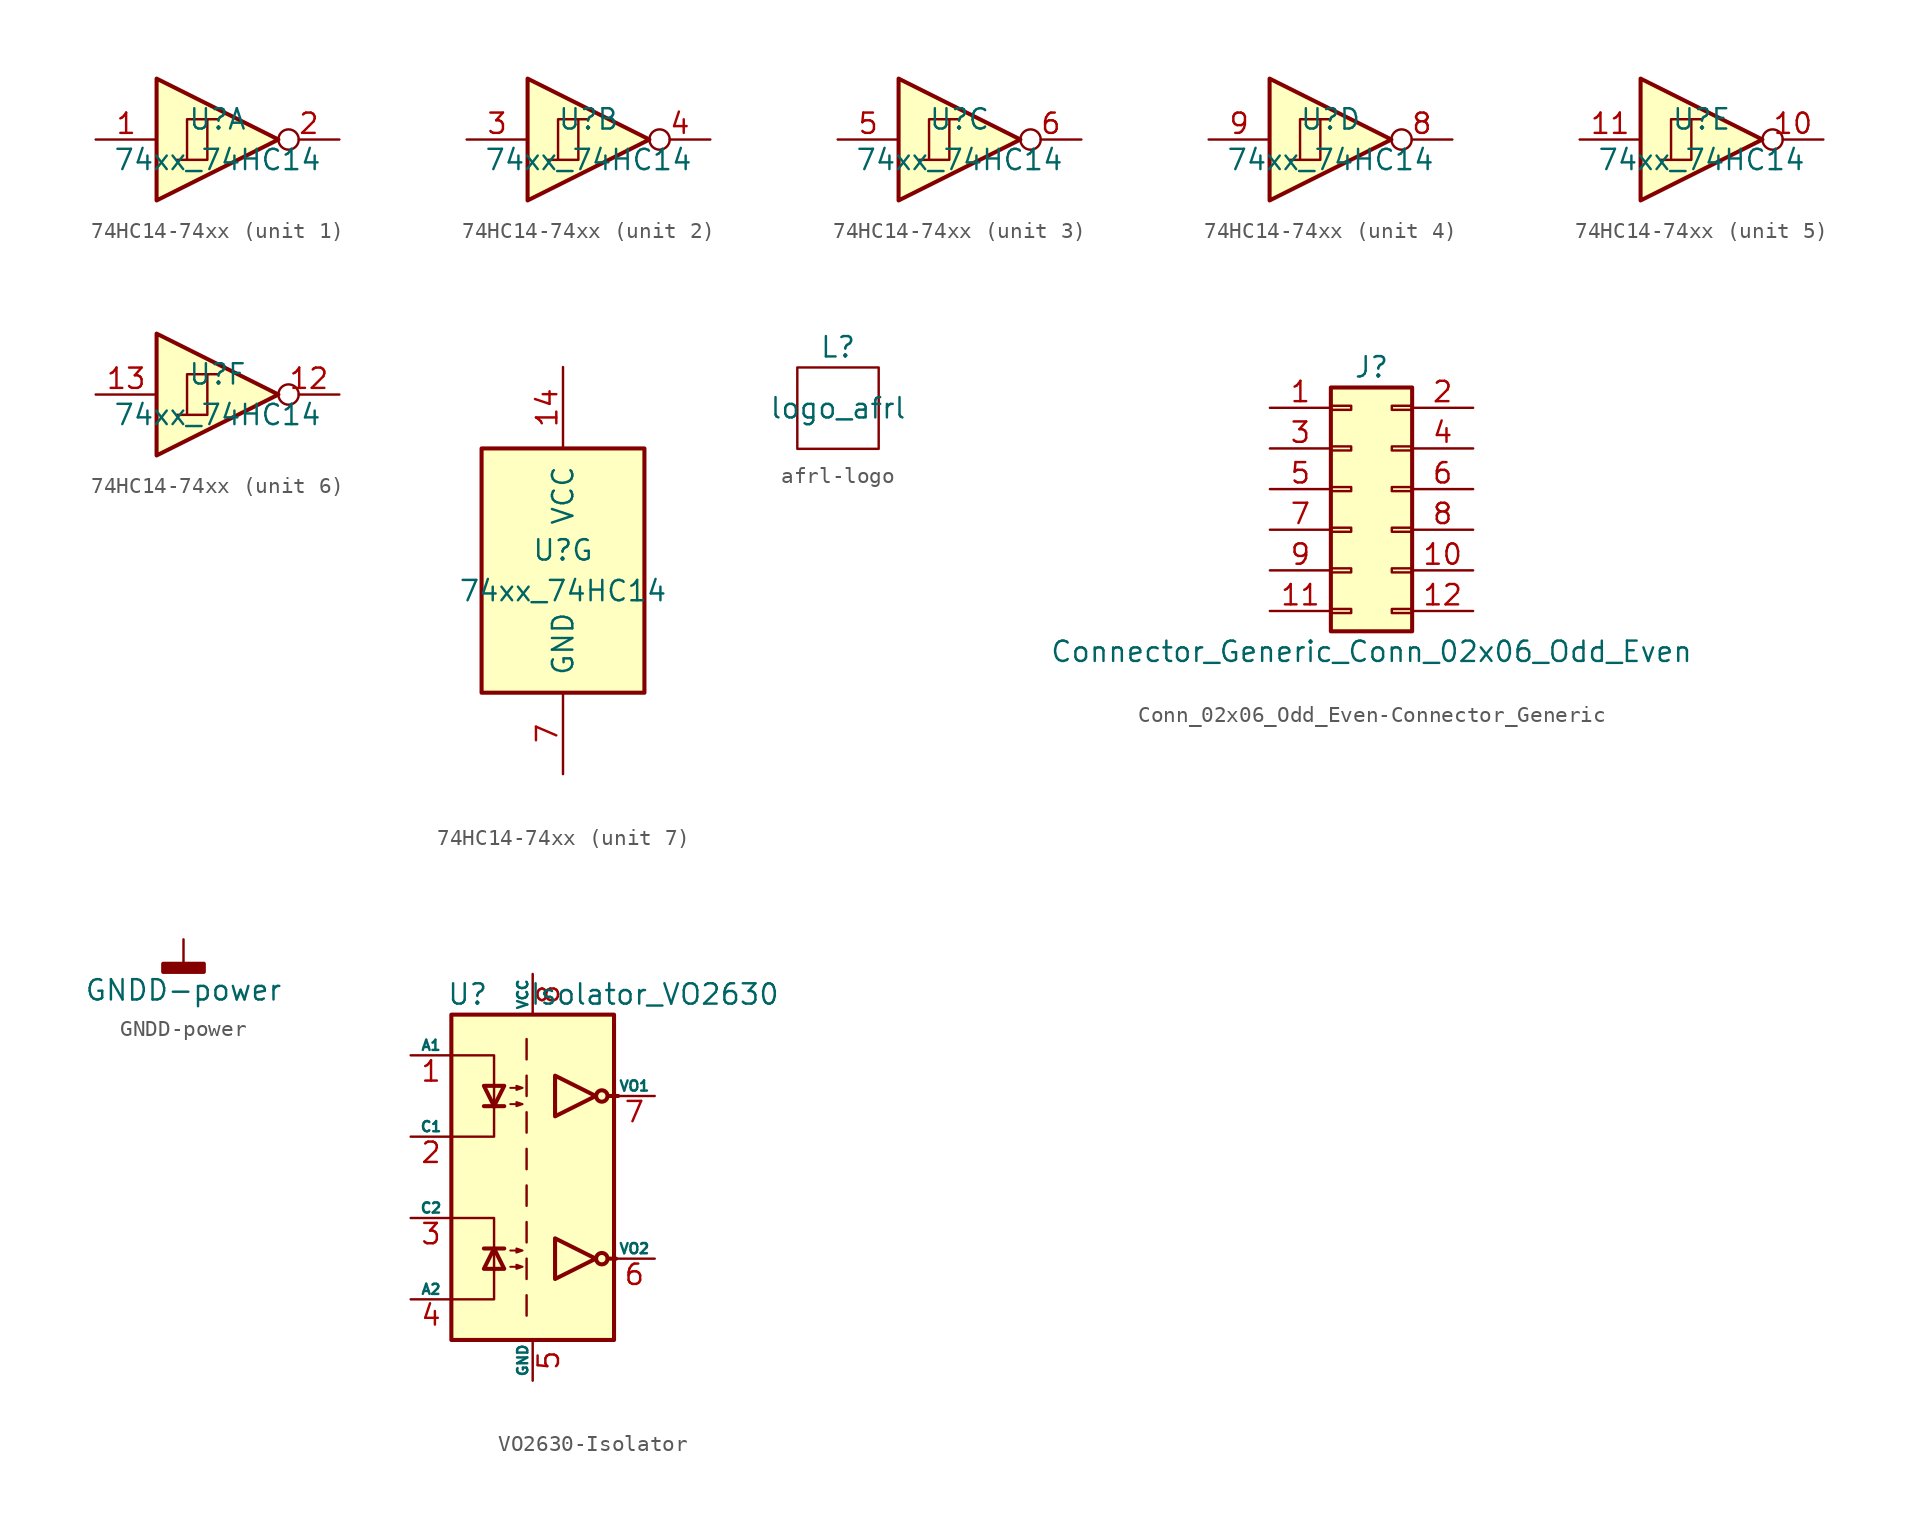
<source format=kicad_sym>
(kicad_symbol_lib
  (version 20220914)
  (generator kicad_symbol_editor)
  (symbol "74HC14-74xx"
    (pin_names
      (offset 1.016))
    (property "Reference" "U"
      (at 0 1.27 0)
      (effects (font (size 1.27 1.27))))
    (property "Value" "74xx_74HC14"
      (at 0 -1.27 0)
      (effects (font (size 1.27 1.27))))
    (property "ki_locked" ""
      (at 0 0 0)
      (effects (font (size 1.27 1.27))))
    (symbol "74HC14-74xx_1_0"
      (polyline (pts (xy -3.81 3.81) (xy -3.81 -3.81) (xy 3.81 0) (xy -3.81 3.81)) (stroke (width 0.254) (type solid)) (fill (type background)))
      (pin input line (at -7.62 0 0) (length 3.81) (name "~" (effects (font (size 1.27 1.27)))) (number "1" (effects (font (size 1.27 1.27)))))
      (pin output inverted (at 7.62 0 180) (length 3.81) (name "~" (effects (font (size 1.27 1.27)))) (number "2" (effects (font (size 1.27 1.27))))))
    (symbol "74HC14-74xx_1_1"
      (polyline (pts (xy -1.905 -1.27) (xy -1.905 1.27) (xy -0.635 1.27)) (stroke (width 0) (type solid)) (fill (type none)))
      (polyline (pts (xy -2.54 -1.27) (xy -0.635 -1.27) (xy -0.635 1.27) (xy 0 1.27)) (stroke (width 0) (type solid)) (fill (type none))))
    (symbol "74HC14-74xx_2_0"
      (polyline (pts (xy -3.81 3.81) (xy -3.81 -3.81) (xy 3.81 0) (xy -3.81 3.81)) (stroke (width 0.254) (type solid)) (fill (type background)))
      (pin input line (at -7.62 0 0) (length 3.81) (name "~" (effects (font (size 1.27 1.27)))) (number "3" (effects (font (size 1.27 1.27)))))
      (pin output inverted (at 7.62 0 180) (length 3.81) (name "~" (effects (font (size 1.27 1.27)))) (number "4" (effects (font (size 1.27 1.27))))))
    (symbol "74HC14-74xx_2_1"
      (polyline (pts (xy -1.905 -1.27) (xy -1.905 1.27) (xy -0.635 1.27)) (stroke (width 0) (type solid)) (fill (type none)))
      (polyline (pts (xy -2.54 -1.27) (xy -0.635 -1.27) (xy -0.635 1.27) (xy 0 1.27)) (stroke (width 0) (type solid)) (fill (type none))))
    (symbol "74HC14-74xx_3_0"
      (polyline (pts (xy -3.81 3.81) (xy -3.81 -3.81) (xy 3.81 0) (xy -3.81 3.81)) (stroke (width 0.254) (type solid)) (fill (type background)))
      (pin input line (at -7.62 0 0) (length 3.81) (name "~" (effects (font (size 1.27 1.27)))) (number "5" (effects (font (size 1.27 1.27)))))
      (pin output inverted (at 7.62 0 180) (length 3.81) (name "~" (effects (font (size 1.27 1.27)))) (number "6" (effects (font (size 1.27 1.27))))))
    (symbol "74HC14-74xx_3_1"
      (polyline (pts (xy -1.905 -1.27) (xy -1.905 1.27) (xy -0.635 1.27)) (stroke (width 0) (type solid)) (fill (type none)))
      (polyline (pts (xy -2.54 -1.27) (xy -0.635 -1.27) (xy -0.635 1.27) (xy 0 1.27)) (stroke (width 0) (type solid)) (fill (type none))))
    (symbol "74HC14-74xx_4_0"
      (polyline (pts (xy -3.81 3.81) (xy -3.81 -3.81) (xy 3.81 0) (xy -3.81 3.81)) (stroke (width 0.254) (type solid)) (fill (type background)))
      (pin output inverted (at 7.62 0 180) (length 3.81) (name "~" (effects (font (size 1.27 1.27)))) (number "8" (effects (font (size 1.27 1.27)))))
      (pin input line (at -7.62 0 0) (length 3.81) (name "~" (effects (font (size 1.27 1.27)))) (number "9" (effects (font (size 1.27 1.27))))))
    (symbol "74HC14-74xx_4_1"
      (polyline (pts (xy -1.905 -1.27) (xy -1.905 1.27) (xy -0.635 1.27)) (stroke (width 0) (type solid)) (fill (type none)))
      (polyline (pts (xy -2.54 -1.27) (xy -0.635 -1.27) (xy -0.635 1.27) (xy 0 1.27)) (stroke (width 0) (type solid)) (fill (type none))))
    (symbol "74HC14-74xx_5_0"
      (polyline (pts (xy -3.81 3.81) (xy -3.81 -3.81) (xy 3.81 0) (xy -3.81 3.81)) (stroke (width 0.254) (type solid)) (fill (type background)))
      (pin output inverted (at 7.62 0 180) (length 3.81) (name "~" (effects (font (size 1.27 1.27)))) (number "10" (effects (font (size 1.27 1.27)))))
      (pin input line (at -7.62 0 0) (length 3.81) (name "~" (effects (font (size 1.27 1.27)))) (number "11" (effects (font (size 1.27 1.27))))))
    (symbol "74HC14-74xx_5_1"
      (polyline (pts (xy -1.905 -1.27) (xy -1.905 1.27) (xy -0.635 1.27)) (stroke (width 0) (type solid)) (fill (type none)))
      (polyline (pts (xy -2.54 -1.27) (xy -0.635 -1.27) (xy -0.635 1.27) (xy 0 1.27)) (stroke (width 0) (type solid)) (fill (type none))))
    (symbol "74HC14-74xx_6_0"
      (polyline (pts (xy -3.81 3.81) (xy -3.81 -3.81) (xy 3.81 0) (xy -3.81 3.81)) (stroke (width 0.254) (type solid)) (fill (type background)))
      (pin output inverted (at 7.62 0 180) (length 3.81) (name "~" (effects (font (size 1.27 1.27)))) (number "12" (effects (font (size 1.27 1.27)))))
      (pin input line (at -7.62 0 0) (length 3.81) (name "~" (effects (font (size 1.27 1.27)))) (number "13" (effects (font (size 1.27 1.27))))))
    (symbol "74HC14-74xx_6_1"
      (polyline (pts (xy -1.905 -1.27) (xy -1.905 1.27) (xy -0.635 1.27)) (stroke (width 0) (type solid)) (fill (type none)))
      (polyline (pts (xy -2.54 -1.27) (xy -0.635 -1.27) (xy -0.635 1.27) (xy 0 1.27)) (stroke (width 0) (type solid)) (fill (type none))))
    (symbol "74HC14-74xx_7_0"
      (pin power_in line (at 0 12.7 270) (length 5.08) (name "VCC" (effects (font (size 1.27 1.27)))) (number "14" (effects (font (size 1.27 1.27)))))
      (pin power_in line (at 0 -12.7 90) (length 5.08) (name "GND" (effects (font (size 1.27 1.27)))) (number "7" (effects (font (size 1.27 1.27))))))
    (symbol "74HC14-74xx_7_1"
      (rectangle (start -5.08 7.62) (end 5.08 -7.62) (stroke (width 0.254) (type solid)) (fill (type background)))))
  (symbol "afrl-logo"
    (pin_names
      (offset 1.016))
    (property "Reference" "L"
      (at 0 3.81 0)
      (effects (font (size 1.27 1.27))))
    (property "Value" "logo_afrl"
      (at 0 0 0)
      (effects (font (size 1.27 1.27))))
    (symbol "afrl-logo_0_1"
      (rectangle (start -2.54 2.54) (end 2.54 -2.54) (stroke (width 0) (type solid)) (fill (type none)))))
  (symbol "Conn_02x06_Odd_Even-Connector_Generic"
    (pin_names
      (offset 1.016) hide)
    (property "Reference" "J"
      (at 1.27 7.62 0)
      (effects (font (size 1.27 1.27))))
    (property "Value" "Connector_Generic_Conn_02x06_Odd_Even"
      (at 1.27 -10.16 0)
      (effects (font (size 1.27 1.27))))
    (symbol "Conn_02x06_Odd_Even-Connector_Generic_1_1"
      (rectangle (start -1.27 -7.493) (end 0 -7.747) (stroke (width 0.152) (type solid)) (fill (type none)))
      (rectangle (start -1.27 -4.953) (end 0 -5.207) (stroke (width 0.152) (type solid)) (fill (type none)))
      (rectangle (start -1.27 -2.413) (end 0 -2.667) (stroke (width 0.152) (type solid)) (fill (type none)))
      (rectangle (start -1.27 0.127) (end 0 -0.127) (stroke (width 0.152) (type solid)) (fill (type none)))
      (rectangle (start -1.27 2.667) (end 0 2.413) (stroke (width 0.152) (type solid)) (fill (type none)))
      (rectangle (start -1.27 5.207) (end 0 4.953) (stroke (width 0.152) (type solid)) (fill (type none)))
      (rectangle (start -1.27 6.35) (end 3.81 -8.89) (stroke (width 0.254) (type solid)) (fill (type background)))
      (rectangle (start 3.81 -7.493) (end 2.54 -7.747) (stroke (width 0.152) (type solid)) (fill (type none)))
      (rectangle (start 3.81 -4.953) (end 2.54 -5.207) (stroke (width 0.152) (type solid)) (fill (type none)))
      (rectangle (start 3.81 -2.413) (end 2.54 -2.667) (stroke (width 0.152) (type solid)) (fill (type none)))
      (rectangle (start 3.81 0.127) (end 2.54 -0.127) (stroke (width 0.152) (type solid)) (fill (type none)))
      (rectangle (start 3.81 2.667) (end 2.54 2.413) (stroke (width 0.152) (type solid)) (fill (type none)))
      (rectangle (start 3.81 5.207) (end 2.54 4.953) (stroke (width 0.152) (type solid)) (fill (type none)))
      (pin passive line (at -5.08 5.08 0) (length 3.81) (name "Pin_1" (effects (font (size 1.27 1.27)))) (number "1" (effects (font (size 1.27 1.27)))))
      (pin passive line (at 7.62 -5.08 180) (length 3.81) (name "Pin_10" (effects (font (size 1.27 1.27)))) (number "10" (effects (font (size 1.27 1.27)))))
      (pin passive line (at -5.08 -7.62 0) (length 3.81) (name "Pin_11" (effects (font (size 1.27 1.27)))) (number "11" (effects (font (size 1.27 1.27)))))
      (pin passive line (at 7.62 -7.62 180) (length 3.81) (name "Pin_12" (effects (font (size 1.27 1.27)))) (number "12" (effects (font (size 1.27 1.27)))))
      (pin passive line (at 7.62 5.08 180) (length 3.81) (name "Pin_2" (effects (font (size 1.27 1.27)))) (number "2" (effects (font (size 1.27 1.27)))))
      (pin passive line (at -5.08 2.54 0) (length 3.81) (name "Pin_3" (effects (font (size 1.27 1.27)))) (number "3" (effects (font (size 1.27 1.27)))))
      (pin passive line (at 7.62 2.54 180) (length 3.81) (name "Pin_4" (effects (font (size 1.27 1.27)))) (number "4" (effects (font (size 1.27 1.27)))))
      (pin passive line (at -5.08 0 0) (length 3.81) (name "Pin_5" (effects (font (size 1.27 1.27)))) (number "5" (effects (font (size 1.27 1.27)))))
      (pin passive line (at 7.62 0 180) (length 3.81) (name "Pin_6" (effects (font (size 1.27 1.27)))) (number "6" (effects (font (size 1.27 1.27)))))
      (pin passive line (at -5.08 -2.54 0) (length 3.81) (name "Pin_7" (effects (font (size 1.27 1.27)))) (number "7" (effects (font (size 1.27 1.27)))))
      (pin passive line (at 7.62 -2.54 180) (length 3.81) (name "Pin_8" (effects (font (size 1.27 1.27)))) (number "8" (effects (font (size 1.27 1.27)))))
      (pin passive line (at -5.08 -5.08 0) (length 3.81) (name "Pin_9" (effects (font (size 1.27 1.27)))) (number "9" (effects (font (size 1.27 1.27)))))))
  (symbol "GNDD-power"
    (power)
    (pin_names
      (offset 0))
    (property "Reference" "#PWR"
      (at 0 -6.35 0)
      (effects (font (size 1.27 1.27)) hide))
    (property "Value" "GNDD-power"
      (at 0 -3.175 0)
      (effects (font (size 1.27 1.27))))
    (symbol "GNDD-power_0_1"
      (rectangle (start -1.27 -1.524) (end 1.27 -2.032) (stroke (width 0.254) (type solid)) (fill (type outline)))
      (polyline (pts (xy 0 0) (xy 0 -1.524)) (stroke (width 0) (type solid)) (fill (type none))))
    (symbol "GNDD-power_1_1"
      (pin power_in line (at 0 0 270) (length 0) hide (name "GNDD" (effects (font (size 1.27 1.27)))) (number "1" (effects (font (size 1.27 1.27)))))))
  (symbol "VO2630-Isolator"
    (pin_names
      (offset 0))
    (property "Reference" "U"
      (at -4.064 11.43 0)
      (effects (font (size 1.27 1.27))))
    (property "Value" "Isolator_VO2630"
      (at 7.62 11.43 0)
      (effects (font (size 1.27 1.27))))
    (symbol "VO2630-Isolator_1_1"
      (rectangle (start -5.08 10.16) (end 5.08 -10.16) (stroke (width 0.254) (type solid)) (fill (type background)))
      (polyline (pts (xy -3.048 -4.445) (xy -1.778 -4.445)) (stroke (width 0.254) (type solid)) (fill (type none)))
      (polyline (pts (xy -3.048 4.445) (xy -1.778 4.445)) (stroke (width 0.254) (type solid)) (fill (type none)))
      (polyline (pts (xy -0.381 -7.366) (xy -0.381 -8.636)) (stroke (width 0) (type solid)) (fill (type none)))
      (polyline (pts (xy -0.381 -5.08) (xy -0.381 -6.35)) (stroke (width 0) (type solid)) (fill (type none)))
      (polyline (pts (xy -0.381 -2.794) (xy -0.381 -4.064)) (stroke (width 0) (type solid)) (fill (type none)))
      (polyline (pts (xy -0.381 -0.508) (xy -0.381 -1.778)) (stroke (width 0) (type solid)) (fill (type none)))
      (polyline (pts (xy -0.381 1.778) (xy -0.381 0.508)) (stroke (width 0) (type solid)) (fill (type none)))
      (polyline (pts (xy -0.381 4.064) (xy -0.381 2.794)) (stroke (width 0) (type solid)) (fill (type none)))
      (polyline (pts (xy -0.381 6.35) (xy -0.381 5.08)) (stroke (width 0) (type solid)) (fill (type none)))
      (polyline (pts (xy -0.381 8.636) (xy -0.381 7.366)) (stroke (width 0) (type solid)) (fill (type none)))
      (polyline (pts (xy 4.699 -5.08) (xy 5.207 -5.08)) (stroke (width 0.254) (type solid)) (fill (type none)))
      (polyline (pts (xy 4.699 5.08) (xy 5.334 5.08)) (stroke (width 0.254) (type solid)) (fill (type none)))
      (polyline (pts (xy -4.953 -7.62) (xy -2.413 -7.62) (xy -2.413 -5.715)) (stroke (width 0) (type solid)) (fill (type none)))
      (polyline (pts (xy -4.953 7.62) (xy -2.413 7.62) (xy -2.413 4.318)) (stroke (width 0) (type solid)) (fill (type none)))
      (polyline (pts (xy -2.413 -5.842) (xy -2.413 -2.54) (xy -4.953 -2.54)) (stroke (width 0) (type solid)) (fill (type none)))
      (polyline (pts (xy -2.413 4.445) (xy -2.413 2.54) (xy -4.953 2.54)) (stroke (width 0) (type solid)) (fill (type none)))
      (polyline (pts (xy -2.413 -4.445) (xy -3.048 -5.715) (xy -1.778 -5.715) (xy -2.413 -4.445)) (stroke (width 0.254) (type solid)) (fill (type none)))
      (polyline (pts (xy -2.413 4.445) (xy -3.048 5.715) (xy -1.778 5.715) (xy -2.413 4.445)) (stroke (width 0.254) (type solid)) (fill (type none)))
      (polyline (pts (xy 3.937 -5.08) (xy 1.397 -3.81) (xy 1.397 -6.35) (xy 3.937 -5.08)) (stroke (width 0.254) (type solid)) (fill (type none)))
      (polyline (pts (xy 3.937 5.08) (xy 1.397 6.35) (xy 1.397 3.81) (xy 3.937 5.08)) (stroke (width 0.254) (type solid)) (fill (type none)))
      (polyline (pts (xy -1.397 -5.588) (xy -0.635 -5.588) (xy -1.016 -5.715) (xy -1.016 -5.461) (xy -0.635 -5.588)) (stroke (width 0.127) (type solid)) (fill (type none)))
      (polyline (pts (xy -1.397 -4.572) (xy -0.635 -4.572) (xy -1.016 -4.699) (xy -1.016 -4.445) (xy -0.635 -4.572)) (stroke (width 0.127) (type solid)) (fill (type none)))
      (polyline (pts (xy -1.397 4.572) (xy -0.635 4.572) (xy -1.016 4.445) (xy -1.016 4.699) (xy -0.635 4.572)) (stroke (width 0.127) (type solid)) (fill (type none)))
      (polyline (pts (xy -1.397 5.588) (xy -0.635 5.588) (xy -1.016 5.461) (xy -1.016 5.715) (xy -0.635 5.588)) (stroke (width 0.127) (type solid)) (fill (type none)))
      (circle (center 4.318 -5.08) (radius 0.356) (stroke (width 0.254) (type solid)) (fill (type none)))
      (circle (center 4.318 5.08) (radius 0.356) (stroke (width 0.254) (type solid)) (fill (type none)))
      (pin passive line (at -7.62 7.62 0) (length 2.54) (name "A1" (effects (font (size 0.635 0.635)))) (number "1" (effects (font (size 1.27 1.27)))))
      (pin passive line (at -7.62 2.54 0) (length 2.54) (name "C1" (effects (font (size 0.635 0.635)))) (number "2" (effects (font (size 1.27 1.27)))))
      (pin passive line (at -7.62 -2.54 0) (length 2.54) (name "C2" (effects (font (size 0.635 0.635)))) (number "3" (effects (font (size 1.27 1.27)))))
      (pin passive line (at -7.62 -7.62 0) (length 2.54) (name "A2" (effects (font (size 0.635 0.635)))) (number "4" (effects (font (size 1.27 1.27)))))
      (pin power_in line (at 0 -12.7 90) (length 2.54) (name "GND" (effects (font (size 0.635 0.635)))) (number "5" (effects (font (size 1.27 1.27)))))
      (pin open_collector line (at 7.62 -5.08 180) (length 2.54) (name "VO2" (effects (font (size 0.635 0.635)))) (number "6" (effects (font (size 1.27 1.27)))))
      (pin open_collector line (at 7.62 5.08 180) (length 2.54) (name "VO1" (effects (font (size 0.635 0.635)))) (number "7" (effects (font (size 1.27 1.27)))))
      (pin power_in line (at 0 12.7 270) (length 2.54) (name "VCC" (effects (font (size 0.635 0.635)))) (number "8" (effects (font (size 1.27 1.27))))))))
</source>
